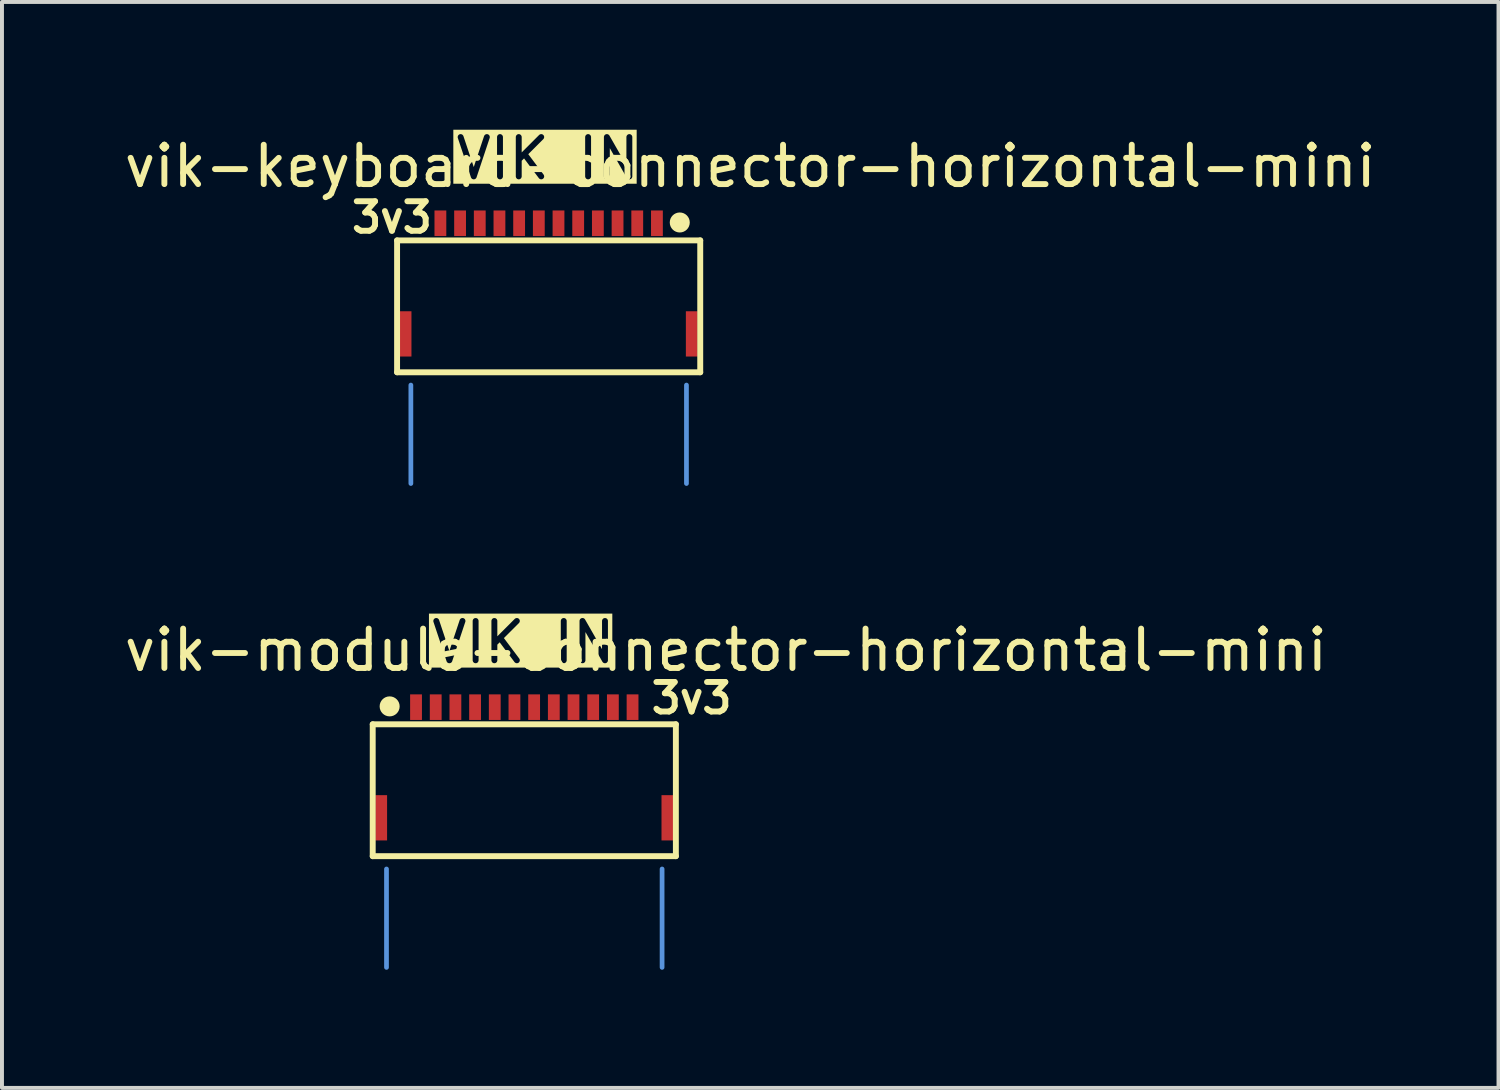
<source format=kicad_pcb>
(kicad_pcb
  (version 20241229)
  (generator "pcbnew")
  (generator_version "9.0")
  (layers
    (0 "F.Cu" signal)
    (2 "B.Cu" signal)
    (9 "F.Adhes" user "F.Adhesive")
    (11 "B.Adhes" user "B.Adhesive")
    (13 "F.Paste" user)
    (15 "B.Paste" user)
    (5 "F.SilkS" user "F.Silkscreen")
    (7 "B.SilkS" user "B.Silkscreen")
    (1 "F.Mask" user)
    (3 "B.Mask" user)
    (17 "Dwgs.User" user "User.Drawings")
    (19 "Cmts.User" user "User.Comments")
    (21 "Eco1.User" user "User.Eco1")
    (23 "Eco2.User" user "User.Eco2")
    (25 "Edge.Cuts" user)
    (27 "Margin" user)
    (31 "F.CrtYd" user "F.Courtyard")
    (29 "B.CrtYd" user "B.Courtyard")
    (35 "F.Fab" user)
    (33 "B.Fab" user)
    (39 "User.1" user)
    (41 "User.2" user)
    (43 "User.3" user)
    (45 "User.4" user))
  (footprint "vik-keyboard-connector-horizontal-mini"
    (layer "F.Cu")
    (at 10.886 4.731)
    (property "Reference" "vik-keyboard-connector-horizontal-mini" (at 5.12 -3.56 0) (unlocked yes) (layer "F.SilkS") (effects (font (size 1 1) (thickness 0.15))))
    (attr smd)
    (fp_line (start -3.85 -1.675) (end 3.85 -1.675) (stroke (width 0.15) (type solid)) (layer "F.SilkS"))
    (fp_line (start -3.85 1.675) (end -3.85 -1.675) (stroke (width 0.15) (type solid)) (layer "F.SilkS"))
    (fp_line (start 3.85 1.675) (end -3.85 1.675) (stroke (width 0.15) (type solid)) (layer "F.SilkS"))
    (fp_line (start 3.85 1.675) (end 3.85 -1.675) (stroke (width 0.15) (type solid)) (layer "F.SilkS"))
    (fp_circle (center 3.33 -2.13) (end 3.457 -2.13) (stroke (width 0.254) (type solid)) (fill no) (layer "F.SilkS"))
    (fp_line (start -3.5 2) (end -3.5 4.5) (stroke (width 0.12) (type default)) (layer "Cmts.User"))
    (fp_line (start 3.5 2) (end 3.5 4.5) (stroke (width 0.12) (type default)) (layer "Cmts.User"))
    (fp_text user "3v3" (at -5.08 -1.82 0) (unlocked yes) (layer "F.SilkS") (effects (font (size 0.75 0.75) (thickness 0.15)) (justify left bottom)))
    (fp_text user "VIK IN" (at -2.43 -3.17 0) (unlocked yes) (layer "F.SilkS" knockout) (effects (font (size 1 1) (thickness 0.15)) (justify left bottom)))
    (fp_text user "C2919479" (at 0 0.75 0) (layer "User.2") (effects (font (size 1 1) (thickness 0.15))))
    (pad "1" smd rect (at -2.75 -2.11) (size 0.3 0.65) (layers "F.Cu" "F.Mask" "F.Paste"))
    (pad "2" smd rect (at -2.25 -2.11) (size 0.3 0.65) (layers "F.Cu" "F.Mask" "F.Paste"))
    (pad "3" smd rect (at -1.75 -2.11) (size 0.3 0.65) (layers "F.Cu" "F.Mask" "F.Paste"))
    (pad "4" smd rect (at -1.25 -2.11) (size 0.3 0.65) (layers "F.Cu" "F.Mask" "F.Paste"))
    (pad "5" smd rect (at -0.75 -2.11) (size 0.3 0.65) (layers "F.Cu" "F.Mask" "F.Paste"))
    (pad "6" smd rect (at -0.25 -2.11) (size 0.3 0.65) (layers "F.Cu" "F.Mask" "F.Paste"))
    (pad "7" smd rect (at 0.25 -2.11) (size 0.3 0.65) (layers "F.Cu" "F.Mask" "F.Paste"))
    (pad "8" smd rect (at 0.75 -2.11) (size 0.3 0.65) (layers "F.Cu" "F.Mask" "F.Paste"))
    (pad "9" smd rect (at 1.25 -2.11) (size 0.3 0.65) (layers "F.Cu" "F.Mask" "F.Paste"))
    (pad "10" smd rect (at 1.75 -2.11) (size 0.3 0.65) (layers "F.Cu" "F.Mask" "F.Paste"))
    (pad "11" smd rect (at 2.25 -2.11) (size 0.3 0.65) (layers "F.Cu" "F.Mask" "F.Paste"))
    (pad "12" smd rect (at 2.75 -2.11) (size 0.3 0.65) (layers "F.Cu" "F.Mask" "F.Paste"))
    (pad "13" smd rect (at 3.635 0.7) (size 0.3 1.15) (layers "F.Cu" "F.Mask" "F.Paste"))
    (pad "14" smd rect (at -3.635 0.7) (size 0.3 1.15) (layers "F.Cu" "F.Mask" "F.Paste")))
  (footprint "vik-module-connector-horizontal-mini"
    (layer "F.Cu")
    (at 10.267 17.022)
    (property "Reference" "vik-module-connector-horizontal-mini" (at 5.12 -3.56 0) (unlocked yes) (layer "F.SilkS") (effects (font (size 1 1) (thickness 0.15))))
    (attr smd)
    (fp_line (start -3.85 -1.675) (end 3.85 -1.675) (stroke (width 0.15) (type solid)) (layer "F.SilkS"))
    (fp_line (start -3.85 1.675) (end -3.85 -1.675) (stroke (width 0.15) (type solid)) (layer "F.SilkS"))
    (fp_line (start 3.85 1.675) (end -3.85 1.675) (stroke (width 0.15) (type solid)) (layer "F.SilkS"))
    (fp_line (start 3.85 1.675) (end 3.85 -1.675) (stroke (width 0.15) (type solid)) (layer "F.SilkS"))
    (fp_circle (center -3.42 -2.13) (end -3.293 -2.13) (stroke (width 0.254) (type solid)) (fill no) (layer "F.SilkS"))
    (fp_line (start -3.5 2) (end -3.5 4.5) (stroke (width 0.12) (type default)) (layer "Cmts.User"))
    (fp_line (start 3.5 2) (end 3.5 4.5) (stroke (width 0.12) (type default)) (layer "Cmts.User"))
    (fp_text user "3v3" (at 3.15 -1.9 0) (unlocked yes) (layer "F.SilkS") (effects (font (size 0.75 0.75) (thickness 0.15)) (justify left bottom)))
    (fp_text user "VIK IN" (at -2.43 -3.17 0) (unlocked yes) (layer "F.SilkS" knockout) (effects (font (size 1 1) (thickness 0.15)) (justify left bottom)))
    (fp_text user "C2919479" (at 0 0.75 0) (layer "User.2") (effects (font (size 1 1) (thickness 0.15))))
    (pad "1" smd rect (at -2.75 -2.11) (size 0.3 0.65) (layers "F.Cu" "F.Mask" "F.Paste"))
    (pad "2" smd rect (at -2.25 -2.11) (size 0.3 0.65) (layers "F.Cu" "F.Mask" "F.Paste"))
    (pad "3" smd rect (at -1.75 -2.11) (size 0.3 0.65) (layers "F.Cu" "F.Mask" "F.Paste"))
    (pad "4" smd rect (at -1.25 -2.11) (size 0.3 0.65) (layers "F.Cu" "F.Mask" "F.Paste"))
    (pad "5" smd rect (at -0.75 -2.11) (size 0.3 0.65) (layers "F.Cu" "F.Mask" "F.Paste"))
    (pad "6" smd rect (at -0.25 -2.11) (size 0.3 0.65) (layers "F.Cu" "F.Mask" "F.Paste"))
    (pad "7" smd rect (at 0.25 -2.11) (size 0.3 0.65) (layers "F.Cu" "F.Mask" "F.Paste"))
    (pad "8" smd rect (at 0.75 -2.11) (size 0.3 0.65) (layers "F.Cu" "F.Mask" "F.Paste"))
    (pad "9" smd rect (at 1.25 -2.11) (size 0.3 0.65) (layers "F.Cu" "F.Mask" "F.Paste"))
    (pad "10" smd rect (at 1.75 -2.11) (size 0.3 0.65) (layers "F.Cu" "F.Mask" "F.Paste"))
    (pad "11" smd rect (at 2.25 -2.11) (size 0.3 0.65) (layers "F.Cu" "F.Mask" "F.Paste"))
    (pad "12" smd rect (at 2.75 -2.11) (size 0.3 0.65) (layers "F.Cu" "F.Mask" "F.Paste"))
    (pad "13" smd rect (at 3.635 0.7) (size 0.3 1.15) (layers "F.Cu" "F.Mask" "F.Paste"))
    (pad "14" smd rect (at -3.635 0.7) (size 0.3 1.15) (layers "F.Cu" "F.Mask" "F.Paste")))
  (gr_rect
    (start -3 -3)
    (end 35.012 24.582)
    (stroke (width 0.1) (type default))
    (fill no)
    (layer "Edge.Cuts")))
</source>
